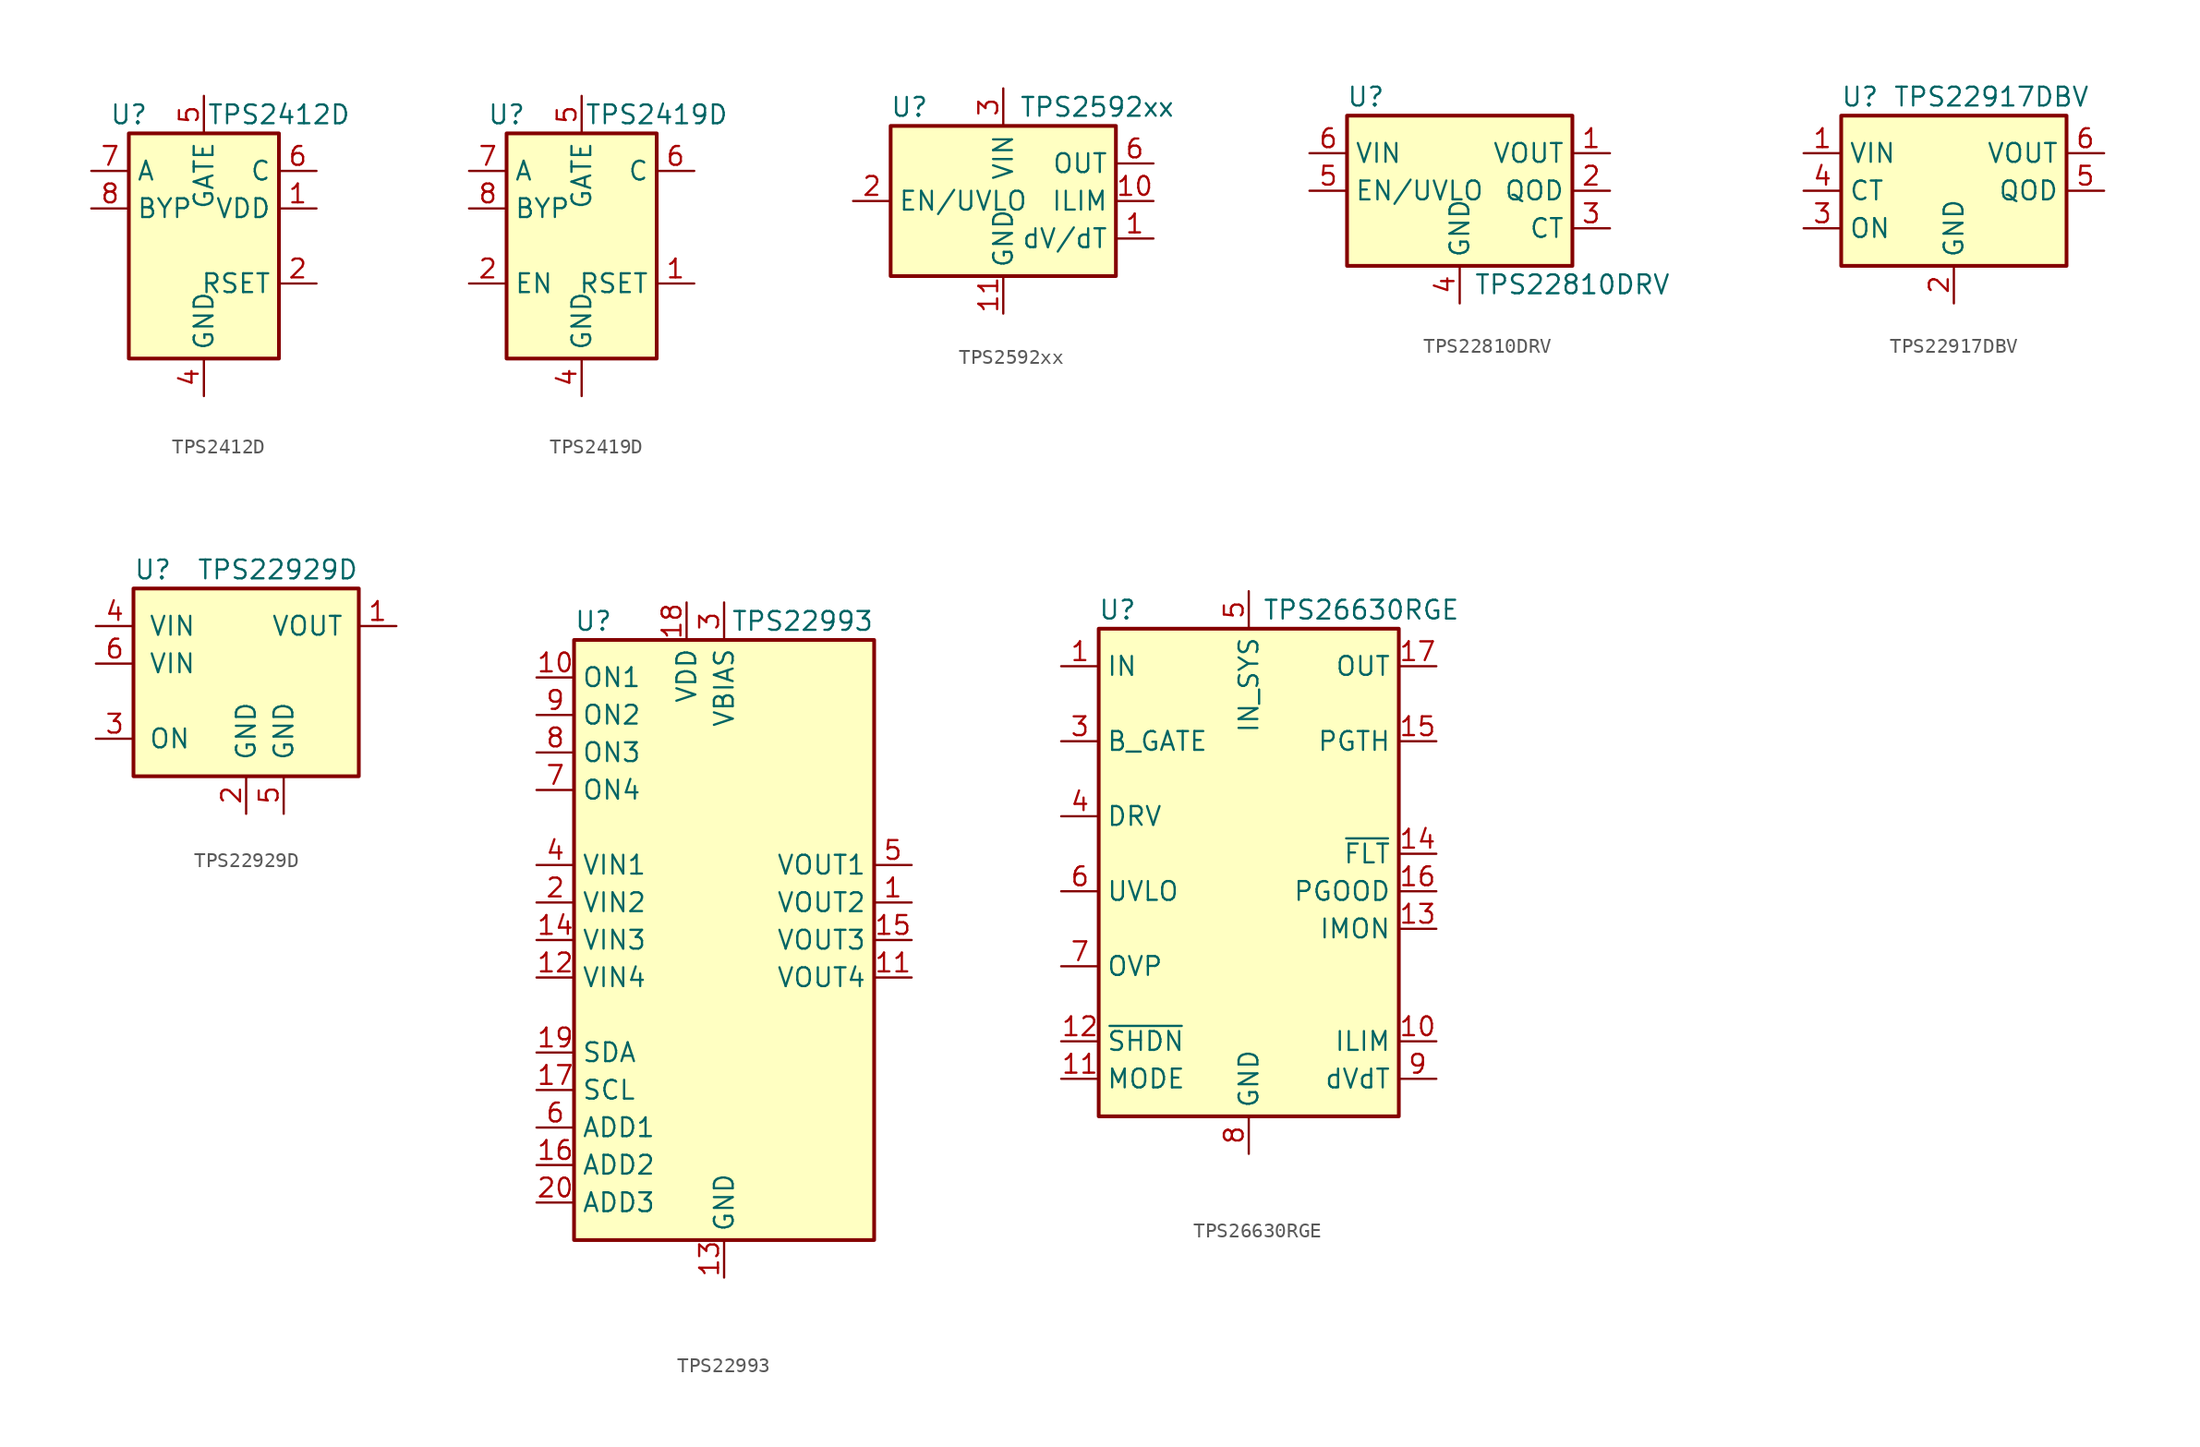
<source format=kicad_sym>
(kicad_symbol_lib
  (version 20241209)
  (generator "kicad_symbol_editor")
  (generator_version "9.0")
  (symbol "TPS2412D"
    (property "Reference" "U"
      (at -5.08 8.89 0)
      (effects (font (size 1.27 1.27))))
    (property "Value" "TPS2412D"
      (at 5.08 8.89 0)
      (effects (font (size 1.27 1.27))))
    (symbol "TPS2412D_0_1"
      (rectangle (start -5.08 7.62) (end 5.08 -7.62) (stroke (width 0.254) (type default)) (fill (type background))))
    (symbol "TPS2412D_1_1"
      (pin input line (at -7.62 5.08 0) (length 2.54) (name "A" (effects (font (size 1.27 1.27)))) (number "7" (effects (font (size 1.27 1.27)))))
      (pin passive line (at -7.62 2.54 0) (length 2.54) (name "BYP" (effects (font (size 1.27 1.27)))) (number "8" (effects (font (size 1.27 1.27)))))
      (pin output line (at 0 10.16 270) (length 2.54) (name "GATE" (effects (font (size 1.27 1.27)))) (number "5" (effects (font (size 1.27 1.27)))))
      (pin passive line (at 0 -10.16 90) (length 2.54) (hide yes) (name "GND" (effects (font (size 1.27 1.27)))) (number "3" (effects (font (size 1.27 1.27)))))
      (pin power_in line (at 0 -10.16 90) (length 2.54) (name "GND" (effects (font (size 1.27 1.27)))) (number "4" (effects (font (size 1.27 1.27)))))
      (pin input line (at 7.62 5.08 180) (length 2.54) (name "C" (effects (font (size 1.27 1.27)))) (number "6" (effects (font (size 1.27 1.27)))))
      (pin power_in line (at 7.62 2.54 180) (length 2.54) (name "VDD" (effects (font (size 1.27 1.27)))) (number "1" (effects (font (size 1.27 1.27)))))
      (pin passive line (at 7.62 -2.54 180) (length 2.54) (name "RSET" (effects (font (size 1.27 1.27)))) (number "2" (effects (font (size 1.27 1.27)))))))
  (symbol "TPS2419D"
    (property "Reference" "U"
      (at -5.08 8.89 0)
      (effects (font (size 1.27 1.27))))
    (property "Value" "TPS2419D"
      (at 5.08 8.89 0)
      (effects (font (size 1.27 1.27))))
    (symbol "TPS2419D_0_1"
      (rectangle (start -5.08 7.62) (end 5.08 -7.62) (stroke (width 0.254) (type default)) (fill (type background))))
    (symbol "TPS2419D_1_1"
      (pin input line (at -7.62 5.08 0) (length 2.54) (name "A" (effects (font (size 1.27 1.27)))) (number "7" (effects (font (size 1.27 1.27)))))
      (pin passive line (at -7.62 2.54 0) (length 2.54) (name "BYP" (effects (font (size 1.27 1.27)))) (number "8" (effects (font (size 1.27 1.27)))))
      (pin input line (at -7.62 -2.54 0) (length 2.54) (name "EN" (effects (font (size 1.27 1.27)))) (number "2" (effects (font (size 1.27 1.27)))))
      (pin output line (at 0 10.16 270) (length 2.54) (name "GATE" (effects (font (size 1.27 1.27)))) (number "5" (effects (font (size 1.27 1.27)))))
      (pin passive line (at 0 -10.16 90) (length 2.54) (hide yes) (name "GND" (effects (font (size 1.27 1.27)))) (number "3" (effects (font (size 1.27 1.27)))))
      (pin power_in line (at 0 -10.16 90) (length 2.54) (name "GND" (effects (font (size 1.27 1.27)))) (number "4" (effects (font (size 1.27 1.27)))))
      (pin input line (at 7.62 5.08 180) (length 2.54) (name "C" (effects (font (size 1.27 1.27)))) (number "6" (effects (font (size 1.27 1.27)))))
      (pin passive line (at 7.62 -2.54 180) (length 2.54) (name "RSET" (effects (font (size 1.27 1.27)))) (number "1" (effects (font (size 1.27 1.27)))))))
  (symbol "TPS2592xx"
    (property "Reference" "U"
      (at -6.35 6.35 0)
      (effects (font (size 1.27 1.27))))
    (property "Value" "TPS2592xx"
      (at 6.35 6.35 0)
      (effects (font (size 1.27 1.27))))
    (symbol "TPS2592xx_0_1"
      (rectangle (start -7.62 5.08) (end 7.62 -5.08) (stroke (width 0.254) (type default)) (fill (type background))))
    (symbol "TPS2592xx_1_1"
      (pin input line (at -10.16 0 0) (length 2.54) (name "EN/UVLO" (effects (font (size 1.27 1.27)))) (number "2" (effects (font (size 1.27 1.27)))))
      (pin no_connect line (at -7.62 -2.54 0) (length 2.54) (hide yes) (name "NC" (effects (font (size 1.27 1.27)))) (number "9" (effects (font (size 1.27 1.27)))))
      (pin power_in line (at 0 7.62 270) (length 2.54) (name "VIN" (effects (font (size 1.27 1.27)))) (number "3" (effects (font (size 1.27 1.27)))))
      (pin passive line (at 0 7.62 270) (length 2.54) (hide yes) (name "VIN" (effects (font (size 1.27 1.27)))) (number "4" (effects (font (size 1.27 1.27)))))
      (pin passive line (at 0 7.62 270) (length 2.54) (hide yes) (name "VIN" (effects (font (size 1.27 1.27)))) (number "5" (effects (font (size 1.27 1.27)))))
      (pin power_in line (at 0 -7.62 90) (length 2.54) (name "GND" (effects (font (size 1.27 1.27)))) (number "11" (effects (font (size 1.27 1.27)))))
      (pin power_out line (at 10.16 2.54 180) (length 2.54) (name "OUT" (effects (font (size 1.27 1.27)))) (number "6" (effects (font (size 1.27 1.27)))))
      (pin passive line (at 10.16 2.54 180) (length 2.54) (hide yes) (name "OUT" (effects (font (size 1.27 1.27)))) (number "7" (effects (font (size 1.27 1.27)))))
      (pin passive line (at 10.16 2.54 180) (length 2.54) (hide yes) (name "OUT" (effects (font (size 1.27 1.27)))) (number "8" (effects (font (size 1.27 1.27)))))
      (pin output line (at 10.16 0 180) (length 2.54) (name "ILIM" (effects (font (size 1.27 1.27)))) (number "10" (effects (font (size 1.27 1.27)))))
      (pin output line (at 10.16 -2.54 180) (length 2.54) (name "dV/dT" (effects (font (size 1.27 1.27)))) (number "1" (effects (font (size 1.27 1.27)))))))
  (symbol "TPS22810DRV"
    (property "Reference" "U"
      (at -6.35 6.35 0)
      (effects (font (size 1.27 1.27))))
    (property "Value" "TPS22810DRV"
      (at 7.62 -6.35 0)
      (effects (font (size 1.27 1.27))))
    (symbol "TPS22810DRV_1_1"
      (rectangle (start -7.62 5.08) (end 7.62 -5.08) (stroke (width 0.254) (type default)) (fill (type background)))
      (pin power_in line (at -10.16 2.54 0) (length 2.54) (name "VIN" (effects (font (size 1.27 1.27)))) (number "6" (effects (font (size 1.27 1.27)))))
      (pin input line (at -10.16 0 0) (length 2.54) (name "EN/UVLO" (effects (font (size 1.27 1.27)))) (number "5" (effects (font (size 1.27 1.27)))))
      (pin power_in line (at 0 -7.62 90) (length 2.54) (name "GND" (effects (font (size 1.27 1.27)))) (number "4" (effects (font (size 1.27 1.27)))))
      (pin passive line (at 0 -7.62 90) (length 2.54) (hide yes) (name "GND" (effects (font (size 1.27 1.27)))) (number "7" (effects (font (size 1.27 1.27)))))
      (pin power_out line (at 10.16 2.54 180) (length 2.54) (name "VOUT" (effects (font (size 1.27 1.27)))) (number "1" (effects (font (size 1.27 1.27)))))
      (pin open_collector line (at 10.16 0 180) (length 2.54) (name "QOD" (effects (font (size 1.27 1.27)))) (number "2" (effects (font (size 1.27 1.27)))))
      (pin output line (at 10.16 -2.54 180) (length 2.54) (name "CT" (effects (font (size 1.27 1.27)))) (number "3" (effects (font (size 1.27 1.27)))))))
  (symbol "TPS22917DBV"
    (property "Reference" "U"
      (at -6.35 6.35 0)
      (effects (font (size 1.27 1.27))))
    (property "Value" "TPS22917DBV"
      (at 2.54 6.35 0)
      (effects (font (size 1.27 1.27))))
    (symbol "TPS22917DBV_0_1"
      (rectangle (start -7.62 5.08) (end 7.62 -5.08) (stroke (width 0.254) (type default)) (fill (type background))))
    (symbol "TPS22917DBV_1_1"
      (pin power_in line (at -10.16 2.54 0) (length 2.54) (name "VIN" (effects (font (size 1.27 1.27)))) (number "1" (effects (font (size 1.27 1.27)))))
      (pin output line (at -10.16 0 0) (length 2.54) (name "CT" (effects (font (size 1.27 1.27)))) (number "4" (effects (font (size 1.27 1.27)))))
      (pin input line (at -10.16 -2.54 0) (length 2.54) (name "ON" (effects (font (size 1.27 1.27)))) (number "3" (effects (font (size 1.27 1.27)))))
      (pin power_in line (at 0 -7.62 90) (length 2.54) (name "GND" (effects (font (size 1.27 1.27)))) (number "2" (effects (font (size 1.27 1.27)))))
      (pin power_out line (at 10.16 2.54 180) (length 2.54) (name "VOUT" (effects (font (size 1.27 1.27)))) (number "6" (effects (font (size 1.27 1.27)))))
      (pin open_collector line (at 10.16 0 180) (length 2.54) (name "QOD" (effects (font (size 1.27 1.27)))) (number "5" (effects (font (size 1.27 1.27)))))))
  (symbol "TPS22929D"
    (pin_names
      (offset 1.016))
    (property "Reference" "U"
      (at -7.62 8.89 0)
      (effects (font (size 1.27 1.27)) (justify left)))
    (property "Value" "TPS22929D"
      (at 7.62 8.89 0)
      (effects (font (size 1.27 1.27)) (justify right)))
    (symbol "TPS22929D_0_1"
      (rectangle (start -7.62 7.62) (end 7.62 -5.08) (stroke (width 0.254) (type default)) (fill (type background))))
    (symbol "TPS22929D_1_1"
      (pin power_in line (at -10.16 5.08 0) (length 2.54) (name "VIN" (effects (font (size 1.27 1.27)))) (number "4" (effects (font (size 1.27 1.27)))))
      (pin power_in line (at -10.16 2.54 0) (length 2.54) (name "VIN" (effects (font (size 1.27 1.27)))) (number "6" (effects (font (size 1.27 1.27)))))
      (pin input line (at -10.16 -2.54 0) (length 2.54) (name "ON" (effects (font (size 1.27 1.27)))) (number "3" (effects (font (size 1.27 1.27)))))
      (pin power_in line (at 0 -7.62 90) (length 2.54) (name "GND" (effects (font (size 1.27 1.27)))) (number "2" (effects (font (size 1.27 1.27)))))
      (pin power_in line (at 2.54 -7.62 90) (length 2.54) (name "GND" (effects (font (size 1.27 1.27)))) (number "5" (effects (font (size 1.27 1.27)))))
      (pin power_out line (at 10.16 5.08 180) (length 2.54) (name "VOUT" (effects (font (size 1.27 1.27)))) (number "1" (effects (font (size 1.27 1.27)))))))
  (symbol "TPS22993"
    (property "Reference" "U"
      (at -10.16 21.59 0)
      (effects (font (size 1.27 1.27)) (justify left)))
    (property "Value" "TPS22993"
      (at 10.16 21.59 0)
      (effects (font (size 1.27 1.27)) (justify right)))
    (symbol "TPS22993_0_1"
      (rectangle (start -10.16 20.32) (end 10.16 -20.32) (stroke (width 0.254) (type default)) (fill (type background))))
    (symbol "TPS22993_1_1"
      (pin input line (at -12.7 17.78 0) (length 2.54) (name "ON1" (effects (font (size 1.27 1.27)))) (number "10" (effects (font (size 1.27 1.27)))))
      (pin input line (at -12.7 15.24 0) (length 2.54) (name "ON2" (effects (font (size 1.27 1.27)))) (number "9" (effects (font (size 1.27 1.27)))))
      (pin input line (at -12.7 12.7 0) (length 2.54) (name "ON3" (effects (font (size 1.27 1.27)))) (number "8" (effects (font (size 1.27 1.27)))))
      (pin input line (at -12.7 10.16 0) (length 2.54) (name "ON4" (effects (font (size 1.27 1.27)))) (number "7" (effects (font (size 1.27 1.27)))))
      (pin passive line (at -12.7 5.08 0) (length 2.54) (name "VIN1" (effects (font (size 1.27 1.27)))) (number "4" (effects (font (size 1.27 1.27)))))
      (pin passive line (at -12.7 2.54 0) (length 2.54) (name "VIN2" (effects (font (size 1.27 1.27)))) (number "2" (effects (font (size 1.27 1.27)))))
      (pin passive line (at -12.7 0 0) (length 2.54) (name "VIN3" (effects (font (size 1.27 1.27)))) (number "14" (effects (font (size 1.27 1.27)))))
      (pin passive line (at -12.7 -2.54 0) (length 2.54) (name "VIN4" (effects (font (size 1.27 1.27)))) (number "12" (effects (font (size 1.27 1.27)))))
      (pin bidirectional line (at -12.7 -7.62 0) (length 2.54) (name "SDA" (effects (font (size 1.27 1.27)))) (number "19" (effects (font (size 1.27 1.27)))))
      (pin input line (at -12.7 -10.16 0) (length 2.54) (name "SCL" (effects (font (size 1.27 1.27)))) (number "17" (effects (font (size 1.27 1.27)))))
      (pin input line (at -12.7 -12.7 0) (length 2.54) (name "ADD1" (effects (font (size 1.27 1.27)))) (number "6" (effects (font (size 1.27 1.27)))))
      (pin input line (at -12.7 -15.24 0) (length 2.54) (name "ADD2" (effects (font (size 1.27 1.27)))) (number "16" (effects (font (size 1.27 1.27)))))
      (pin input line (at -12.7 -17.78 0) (length 2.54) (name "ADD3" (effects (font (size 1.27 1.27)))) (number "20" (effects (font (size 1.27 1.27)))))
      (pin power_in line (at -2.54 22.86 270) (length 2.54) (name "VDD" (effects (font (size 1.27 1.27)))) (number "18" (effects (font (size 1.27 1.27)))))
      (pin power_in line (at 0 22.86 270) (length 2.54) (name "VBIAS" (effects (font (size 1.27 1.27)))) (number "3" (effects (font (size 1.27 1.27)))))
      (pin power_in line (at 0 -22.86 90) (length 2.54) (name "GND" (effects (font (size 1.27 1.27)))) (number "13" (effects (font (size 1.27 1.27)))))
      (pin passive line (at 12.7 5.08 180) (length 2.54) (name "VOUT1" (effects (font (size 1.27 1.27)))) (number "5" (effects (font (size 1.27 1.27)))))
      (pin passive line (at 12.7 2.54 180) (length 2.54) (name "VOUT2" (effects (font (size 1.27 1.27)))) (number "1" (effects (font (size 1.27 1.27)))))
      (pin passive line (at 12.7 0 180) (length 2.54) (name "VOUT3" (effects (font (size 1.27 1.27)))) (number "15" (effects (font (size 1.27 1.27)))))
      (pin passive line (at 12.7 -2.54 180) (length 2.54) (name "VOUT4" (effects (font (size 1.27 1.27)))) (number "11" (effects (font (size 1.27 1.27)))))))
  (symbol "TPS26630RGE"
    (property "Reference" "U"
      (at -8.89 16.51 0)
      (effects (font (size 1.27 1.27))))
    (property "Value" "TPS26630RGE"
      (at 7.62 16.51 0)
      (effects (font (size 1.27 1.27))))
    (symbol "TPS26630RGE_0_1"
      (rectangle (start -10.16 15.24) (end 10.16 -17.78) (stroke (width 0.254) (type default)) (fill (type background))))
    (symbol "TPS26630RGE_1_1"
      (pin power_in line (at -12.7 12.7 0) (length 2.54) (name "IN" (effects (font (size 1.27 1.27)))) (number "1" (effects (font (size 1.27 1.27)))))
      (pin passive line (at -12.7 12.7 0) (length 2.54) (hide yes) (name "IN" (effects (font (size 1.27 1.27)))) (number "2" (effects (font (size 1.27 1.27)))))
      (pin output line (at -12.7 7.62 0) (length 2.54) (name "B_GATE" (effects (font (size 1.27 1.27)))) (number "3" (effects (font (size 1.27 1.27)))))
      (pin output line (at -12.7 2.54 0) (length 2.54) (name "DRV" (effects (font (size 1.27 1.27)))) (number "4" (effects (font (size 1.27 1.27)))))
      (pin input line (at -12.7 -2.54 0) (length 2.54) (name "UVLO" (effects (font (size 1.27 1.27)))) (number "6" (effects (font (size 1.27 1.27)))))
      (pin input line (at -12.7 -7.62 0) (length 2.54) (name "OVP" (effects (font (size 1.27 1.27)))) (number "7" (effects (font (size 1.27 1.27)))))
      (pin input line (at -12.7 -12.7 0) (length 2.54) (name "~{SHDN}" (effects (font (size 1.27 1.27)))) (number "12" (effects (font (size 1.27 1.27)))))
      (pin input line (at -12.7 -15.24 0) (length 2.54) (name "MODE" (effects (font (size 1.27 1.27)))) (number "11" (effects (font (size 1.27 1.27)))))
      (pin no_connect line (at -10.16 10.16 0) (length 2.54) (hide yes) (name "NC" (effects (font (size 1.27 1.27)))) (number "19" (effects (font (size 1.27 1.27)))))
      (pin no_connect line (at -10.16 5.08 0) (length 2.54) (hide yes) (name "NC" (effects (font (size 1.27 1.27)))) (number "20" (effects (font (size 1.27 1.27)))))
      (pin no_connect line (at -10.16 0 0) (length 2.54) (hide yes) (name "NC" (effects (font (size 1.27 1.27)))) (number "21" (effects (font (size 1.27 1.27)))))
      (pin power_in line (at 0 17.78 270) (length 2.54) (name "IN_SYS" (effects (font (size 1.27 1.27)))) (number "5" (effects (font (size 1.27 1.27)))))
      (pin passive line (at 0 -20.32 90) (length 2.54) (hide yes) (name "GND" (effects (font (size 1.27 1.27)))) (number "25" (effects (font (size 1.27 1.27)))))
      (pin power_in line (at 0 -20.32 90) (length 2.54) (name "GND" (effects (font (size 1.27 1.27)))) (number "8" (effects (font (size 1.27 1.27)))))
      (pin no_connect line (at 10.16 10.16 180) (length 2.54) (hide yes) (name "NC" (effects (font (size 1.27 1.27)))) (number "22" (effects (font (size 1.27 1.27)))))
      (pin no_connect line (at 10.16 5.08 180) (length 2.54) (hide yes) (name "NC" (effects (font (size 1.27 1.27)))) (number "23" (effects (font (size 1.27 1.27)))))
      (pin no_connect line (at 10.16 2.54 180) (length 2.54) (hide yes) (name "NC" (effects (font (size 1.27 1.27)))) (number "24" (effects (font (size 1.27 1.27)))))
      (pin power_out line (at 12.7 12.7 180) (length 2.54) (name "OUT" (effects (font (size 1.27 1.27)))) (number "17" (effects (font (size 1.27 1.27)))))
      (pin passive line (at 12.7 12.7 180) (length 2.54) (hide yes) (name "OUT" (effects (font (size 1.27 1.27)))) (number "18" (effects (font (size 1.27 1.27)))))
      (pin input line (at 12.7 7.62 180) (length 2.54) (name "PGTH" (effects (font (size 1.27 1.27)))) (number "15" (effects (font (size 1.27 1.27)))))
      (pin open_collector line (at 12.7 0 180) (length 2.54) (name "~{FLT}" (effects (font (size 1.27 1.27)))) (number "14" (effects (font (size 1.27 1.27)))))
      (pin output line (at 12.7 -2.54 180) (length 2.54) (name "PGOOD" (effects (font (size 1.27 1.27)))) (number "16" (effects (font (size 1.27 1.27)))))
      (pin output line (at 12.7 -5.08 180) (length 2.54) (name "IMON" (effects (font (size 1.27 1.27)))) (number "13" (effects (font (size 1.27 1.27)))))
      (pin passive line (at 12.7 -12.7 180) (length 2.54) (name "ILIM" (effects (font (size 1.27 1.27)))) (number "10" (effects (font (size 1.27 1.27)))))
      (pin passive line (at 12.7 -15.24 180) (length 2.54) (name "dVdT" (effects (font (size 1.27 1.27)))) (number "9" (effects (font (size 1.27 1.27))))))))
</source>
